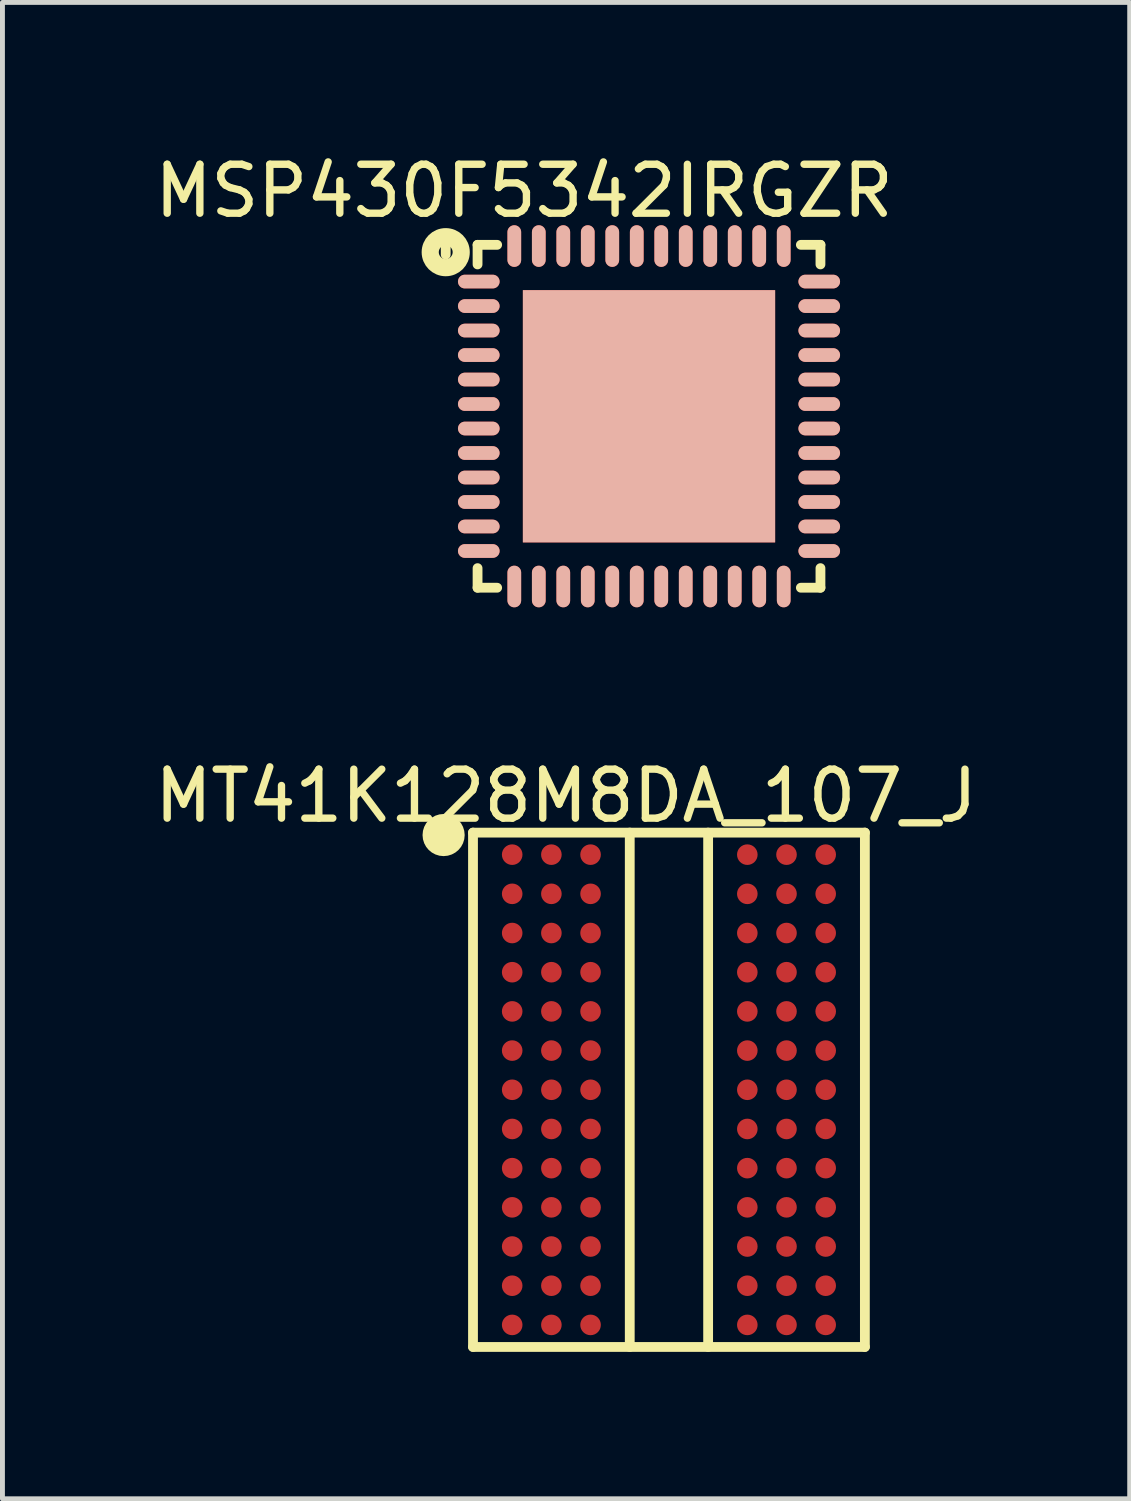
<source format=kicad_pcb>
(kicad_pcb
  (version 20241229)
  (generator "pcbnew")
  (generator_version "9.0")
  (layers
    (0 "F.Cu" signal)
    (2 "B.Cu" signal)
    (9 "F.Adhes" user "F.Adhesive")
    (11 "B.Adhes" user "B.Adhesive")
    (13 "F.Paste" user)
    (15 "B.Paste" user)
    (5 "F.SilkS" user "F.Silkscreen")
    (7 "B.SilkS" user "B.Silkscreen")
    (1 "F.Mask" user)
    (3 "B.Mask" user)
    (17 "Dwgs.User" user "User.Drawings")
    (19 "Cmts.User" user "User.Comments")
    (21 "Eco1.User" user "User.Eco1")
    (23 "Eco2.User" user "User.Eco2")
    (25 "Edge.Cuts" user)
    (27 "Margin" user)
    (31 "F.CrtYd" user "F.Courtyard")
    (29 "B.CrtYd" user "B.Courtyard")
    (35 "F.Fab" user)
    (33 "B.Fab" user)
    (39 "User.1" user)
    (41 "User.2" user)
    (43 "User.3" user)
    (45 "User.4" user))
  (footprint "MT41K128M8DA_107_J"
    (layer "F.Cu")
    (at 10.606 19.197)
    (property "Reference" "MT41K128M8DA_107_J" (at -2.1 -6 0) (layer "F.SilkS") (effects (font (size 1 1) (thickness 0.15))))
    (attr through_hole)
    (fp_line (start -4.6 -5.4) (end -4.6 -5.05) (stroke (width 0.2) (type solid)) (layer "F.SilkS"))
    (fp_line (start -4 -5.25) (end -4 5.25) (stroke (width 0.2) (type solid)) (layer "F.SilkS"))
    (fp_line (start -4 -5.25) (end 4 -5.25) (stroke (width 0.2) (type solid)) (layer "F.SilkS"))
    (fp_line (start -0.8 5.25) (end -0.8 -5.25) (stroke (width 0.2) (type solid)) (layer "F.SilkS"))
    (fp_line (start 0.8 5.25) (end 0.8 -5.25) (stroke (width 0.2) (type solid)) (layer "F.SilkS"))
    (fp_line (start 4 5.25) (end -4 5.25) (stroke (width 0.2) (type solid)) (layer "F.SilkS"))
    (fp_line (start 4 5.25) (end 4 -5.25) (stroke (width 0.2) (type solid)) (layer "F.SilkS"))
    (fp_circle (center -4.6 -5.2) (end -4.55 -4.95) (stroke (width 0.35) (type solid)) (fill no) (layer "F.SilkS"))
    (pad "A1" smd circle (at -3.2 -4.8 90) (size 0.42 0.42) (layers "F.Cu" "F.Mask" "F.Paste"))
    (pad "A2" smd circle (at -2.4 -4.8 90) (size 0.42 0.42) (layers "F.Cu" "F.Mask" "F.Paste"))
    (pad "A3" smd circle (at -1.6 -4.8 90) (size 0.42 0.42) (layers "F.Cu" "F.Mask" "F.Paste"))
    (pad "A7" smd circle (at 1.6 -4.8 90) (size 0.42 0.42) (layers "F.Cu" "F.Mask" "F.Paste"))
    (pad "A8" smd circle (at 2.4 -4.8 90) (size 0.42 0.42) (layers "F.Cu" "F.Mask" "F.Paste"))
    (pad "A9" smd circle (at 3.2 -4.8 90) (size 0.42 0.42) (layers "F.Cu" "F.Mask" "F.Paste"))
    (pad "A9" smd circle (at 3.2 -2.4 90) (size 0.42 0.42) (layers "F.Cu" "F.Mask" "F.Paste"))
    (pad "B1" smd circle (at -3.2 -4 90) (size 0.42 0.42) (layers "F.Cu" "F.Mask" "F.Paste"))
    (pad "B2" smd circle (at -2.4 -4 90) (size 0.42 0.42) (layers "F.Cu" "F.Mask" "F.Paste"))
    (pad "B3" smd circle (at -1.6 -4 90) (size 0.42 0.42) (layers "F.Cu" "F.Mask" "F.Paste"))
    (pad "B7" smd circle (at 1.6 -4 90) (size 0.42 0.42) (layers "F.Cu" "F.Mask" "F.Paste"))
    (pad "B8" smd circle (at 2.4 -4 90) (size 0.42 0.42) (layers "F.Cu" "F.Mask" "F.Paste"))
    (pad "B9" smd circle (at 3.2 -4 90) (size 0.42 0.42) (layers "F.Cu" "F.Mask" "F.Paste"))
    (pad "C1" smd circle (at -3.2 -3.2 90) (size 0.42 0.42) (layers "F.Cu" "F.Mask" "F.Paste"))
    (pad "C2" smd circle (at -2.4 -3.2 90) (size 0.42 0.42) (layers "F.Cu" "F.Mask" "F.Paste"))
    (pad "C3" smd circle (at -1.6 -3.2 90) (size 0.42 0.42) (layers "F.Cu" "F.Mask" "F.Paste"))
    (pad "C7" smd circle (at 1.6 -3.2 90) (size 0.42 0.42) (layers "F.Cu" "F.Mask" "F.Paste"))
    (pad "C8" smd circle (at 2.4 -3.2 90) (size 0.42 0.42) (layers "F.Cu" "F.Mask" "F.Paste"))
    (pad "C9" smd circle (at 3.2 -3.2 90) (size 0.42 0.42) (layers "F.Cu" "F.Mask" "F.Paste"))
    (pad "D1" smd circle (at -3.2 -2.4 90) (size 0.42 0.42) (layers "F.Cu" "F.Mask" "F.Paste"))
    (pad "D2" smd circle (at -2.4 -2.4 90) (size 0.42 0.42) (layers "F.Cu" "F.Mask" "F.Paste"))
    (pad "D3" smd circle (at -1.6 -2.4 90) (size 0.42 0.42) (layers "F.Cu" "F.Mask" "F.Paste"))
    (pad "D7" smd circle (at 1.6 -2.4 90) (size 0.42 0.42) (layers "F.Cu" "F.Mask" "F.Paste"))
    (pad "D8" smd circle (at 2.4 -2.4 90) (size 0.42 0.42) (layers "F.Cu" "F.Mask" "F.Paste"))
    (pad "E1" smd circle (at -3.2 -1.6 90) (size 0.42 0.42) (layers "F.Cu" "F.Mask" "F.Paste"))
    (pad "E2" smd circle (at -2.4 -1.6 90) (size 0.42 0.42) (layers "F.Cu" "F.Mask" "F.Paste"))
    (pad "E3" smd circle (at -1.6 -1.6 90) (size 0.42 0.42) (layers "F.Cu" "F.Mask" "F.Paste"))
    (pad "E7" smd circle (at 1.6 -1.6 90) (size 0.42 0.42) (layers "F.Cu" "F.Mask" "F.Paste"))
    (pad "E8" smd circle (at 2.4 -1.6 90) (size 0.42 0.42) (layers "F.Cu" "F.Mask" "F.Paste"))
    (pad "E9" smd circle (at 3.2 -1.6 90) (size 0.42 0.42) (layers "F.Cu" "F.Mask" "F.Paste"))
    (pad "F1" smd circle (at -3.2 -0.8 90) (size 0.42 0.42) (layers "F.Cu" "F.Mask" "F.Paste"))
    (pad "F2" smd circle (at -2.4 -0.8 90) (size 0.42 0.42) (layers "F.Cu" "F.Mask" "F.Paste"))
    (pad "F3" smd circle (at -1.6 -0.8 90) (size 0.42 0.42) (layers "F.Cu" "F.Mask" "F.Paste"))
    (pad "F7" smd circle (at 1.6 -0.8 90) (size 0.42 0.42) (layers "F.Cu" "F.Mask" "F.Paste"))
    (pad "F8" smd circle (at 2.4 -0.8 90) (size 0.42 0.42) (layers "F.Cu" "F.Mask" "F.Paste"))
    (pad "F9" smd circle (at 3.2 -0.8 90) (size 0.42 0.42) (layers "F.Cu" "F.Mask" "F.Paste"))
    (pad "G1" smd circle (at -3.2 0 90) (size 0.42 0.42) (layers "F.Cu" "F.Mask" "F.Paste"))
    (pad "G2" smd circle (at -2.4 0 90) (size 0.42 0.42) (layers "F.Cu" "F.Mask" "F.Paste"))
    (pad "G3" smd circle (at -1.6 0 90) (size 0.42 0.42) (layers "F.Cu" "F.Mask" "F.Paste"))
    (pad "G7" smd circle (at 1.6 0 90) (size 0.42 0.42) (layers "F.Cu" "F.Mask" "F.Paste"))
    (pad "G8" smd circle (at 2.4 0 90) (size 0.42 0.42) (layers "F.Cu" "F.Mask" "F.Paste"))
    (pad "G9" smd circle (at 3.2 0 90) (size 0.42 0.42) (layers "F.Cu" "F.Mask" "F.Paste"))
    (pad "H1" smd circle (at -3.2 0.8 90) (size 0.42 0.42) (layers "F.Cu" "F.Mask" "F.Paste"))
    (pad "H2" smd circle (at -2.4 0.8 90) (size 0.42 0.42) (layers "F.Cu" "F.Mask" "F.Paste"))
    (pad "H3" smd circle (at -1.6 0.8 90) (size 0.42 0.42) (layers "F.Cu" "F.Mask" "F.Paste"))
    (pad "H7" smd circle (at 1.6 0.8 90) (size 0.42 0.42) (layers "F.Cu" "F.Mask" "F.Paste"))
    (pad "H8" smd circle (at 2.4 0.8 90) (size 0.42 0.42) (layers "F.Cu" "F.Mask" "F.Paste"))
    (pad "H9" smd circle (at 3.2 0.8 90) (size 0.42 0.42) (layers "F.Cu" "F.Mask" "F.Paste"))
    (pad "J1" smd circle (at -3.2 1.6 90) (size 0.42 0.42) (layers "F.Cu" "F.Mask" "F.Paste"))
    (pad "J2" smd circle (at -2.4 1.6 90) (size 0.42 0.42) (layers "F.Cu" "F.Mask" "F.Paste"))
    (pad "J3" smd circle (at -1.6 1.6 90) (size 0.42 0.42) (layers "F.Cu" "F.Mask" "F.Paste"))
    (pad "J7" smd circle (at 1.6 1.6 90) (size 0.42 0.42) (layers "F.Cu" "F.Mask" "F.Paste"))
    (pad "J8" smd circle (at 2.4 1.6 90) (size 0.42 0.42) (layers "F.Cu" "F.Mask" "F.Paste"))
    (pad "J9" smd circle (at 3.2 1.6 90) (size 0.42 0.42) (layers "F.Cu" "F.Mask" "F.Paste"))
    (pad "K1" smd circle (at -3.2 2.4 90) (size 0.42 0.42) (layers "F.Cu" "F.Mask" "F.Paste"))
    (pad "K2" smd circle (at -2.4 2.4 90) (size 0.42 0.42) (layers "F.Cu" "F.Mask" "F.Paste"))
    (pad "K3" smd circle (at -1.6 2.4 90) (size 0.42 0.42) (layers "F.Cu" "F.Mask" "F.Paste"))
    (pad "K7" smd circle (at 1.6 2.4 90) (size 0.42 0.42) (layers "F.Cu" "F.Mask" "F.Paste"))
    (pad "K8" smd circle (at 2.4 2.4 90) (size 0.42 0.42) (layers "F.Cu" "F.Mask" "F.Paste"))
    (pad "K9" smd circle (at 3.2 2.4 90) (size 0.42 0.42) (layers "F.Cu" "F.Mask" "F.Paste"))
    (pad "L1" smd circle (at -3.2 3.2 90) (size 0.42 0.42) (layers "F.Cu" "F.Mask" "F.Paste"))
    (pad "L2" smd circle (at -2.4 3.2 90) (size 0.42 0.42) (layers "F.Cu" "F.Mask" "F.Paste"))
    (pad "L3" smd circle (at -1.6 3.2 90) (size 0.42 0.42) (layers "F.Cu" "F.Mask" "F.Paste"))
    (pad "L7" smd circle (at 1.6 3.2 90) (size 0.42 0.42) (layers "F.Cu" "F.Mask" "F.Paste"))
    (pad "L8" smd circle (at 2.4 3.2 90) (size 0.42 0.42) (layers "F.Cu" "F.Mask" "F.Paste"))
    (pad "L9" smd circle (at 3.2 3.2 90) (size 0.42 0.42) (layers "F.Cu" "F.Mask" "F.Paste"))
    (pad "M1" smd circle (at -3.2 4 90) (size 0.42 0.42) (layers "F.Cu" "F.Mask" "F.Paste"))
    (pad "M2" smd circle (at -2.4 4 90) (size 0.42 0.42) (layers "F.Cu" "F.Mask" "F.Paste"))
    (pad "M3" smd circle (at -1.6 4 90) (size 0.42 0.42) (layers "F.Cu" "F.Mask" "F.Paste"))
    (pad "M7" smd circle (at 1.6 4 90) (size 0.42 0.42) (layers "F.Cu" "F.Mask" "F.Paste"))
    (pad "M8" smd circle (at 2.4 4 90) (size 0.42 0.42) (layers "F.Cu" "F.Mask" "F.Paste"))
    (pad "M9" smd circle (at 3.2 4 90) (size 0.42 0.42) (layers "F.Cu" "F.Mask" "F.Paste"))
    (pad "N1" smd circle (at -3.2 4.8 90) (size 0.42 0.42) (layers "F.Cu" "F.Mask" "F.Paste"))
    (pad "N2" smd circle (at -2.4 4.8 90) (size 0.42 0.42) (layers "F.Cu" "F.Mask" "F.Paste"))
    (pad "N3" smd circle (at -1.6 4.8 90) (size 0.42 0.42) (layers "F.Cu" "F.Mask" "F.Paste"))
    (pad "N7" smd circle (at 1.6 4.8 90) (size 0.42 0.42) (layers "F.Cu" "F.Mask" "F.Paste"))
    (pad "N8" smd circle (at 2.4 4.8 90) (size 0.42 0.42) (layers "F.Cu" "F.Mask" "F.Paste"))
    (pad "N9" smd circle (at 3.2 4.8 90) (size 0.42 0.42) (layers "F.Cu" "F.Mask" "F.Paste")))
  (footprint "MSP430F5342IRGZR"
    (layer "F.Cu")
    (at 10.199 5.448)
    (property "Reference" "MSP430F5342IRGZR" (at -2.55 -4.6 0) (layer "F.SilkS") (effects (font (size 1 1) (thickness 0.15))))
    (attr through_hole)
    (fp_line (start -4.15 -3.5) (end -4.15 -3.3) (stroke (width 0.2) (type solid)) (layer "F.SilkS"))
    (fp_line (start -3.5 -3.5) (end -3.5 -3.1) (stroke (width 0.2) (type solid)) (layer "F.SilkS"))
    (fp_line (start -3.5 3.1) (end -3.5 3.5) (stroke (width 0.2) (type solid)) (layer "F.SilkS"))
    (fp_line (start -3.5 3.5) (end -3.1 3.5) (stroke (width 0.2) (type solid)) (layer "F.SilkS"))
    (fp_line (start -3.1 -3.5) (end -3.5 -3.5) (stroke (width 0.2) (type solid)) (layer "F.SilkS"))
    (fp_line (start 3.1 3.5) (end 3.5 3.5) (stroke (width 0.2) (type solid)) (layer "F.SilkS"))
    (fp_line (start 3.5 -3.5) (end 3.1 -3.5) (stroke (width 0.2) (type solid)) (layer "F.SilkS"))
    (fp_line (start 3.5 -3.1) (end 3.5 -3.5) (stroke (width 0.2) (type solid)) (layer "F.SilkS"))
    (fp_line (start 3.5 3.5) (end 3.5 3.1) (stroke (width 0.2) (type solid)) (layer "F.SilkS"))
    (fp_circle (center -4.15 -3.35) (end -4.05 -3.25) (stroke (width 0.35) (type solid)) (fill no) (layer "F.SilkS"))
    (pad "1" smd oval (at -3.475 -2.75 90) (size 0.28 0.85) (layers "F.Cu" "F.Mask" "B.SilkS" "F.Paste"))
    (pad "2" smd oval (at -3.475 -2.25 90) (size 0.28 0.85) (layers "F.Cu" "F.Mask" "B.SilkS" "F.Paste"))
    (pad "3" smd oval (at -3.475 -1.75 90) (size 0.28 0.85) (layers "F.Cu" "F.Mask" "B.SilkS" "F.Paste"))
    (pad "4" smd oval (at -3.475 -1.25 90) (size 0.28 0.85) (layers "F.Cu" "F.Mask" "B.SilkS" "F.Paste"))
    (pad "5" smd oval (at -3.475 -0.75 90) (size 0.28 0.85) (layers "F.Cu" "F.Mask" "B.SilkS" "F.Paste"))
    (pad "6" smd oval (at -3.475 -0.25 90) (size 0.28 0.85) (layers "F.Cu" "F.Mask" "B.SilkS" "F.Paste"))
    (pad "7" smd oval (at -3.475 0.25 90) (size 0.28 0.85) (layers "F.Cu" "F.Mask" "B.SilkS" "F.Paste"))
    (pad "8" smd oval (at -3.475 0.75 90) (size 0.28 0.85) (layers "F.Cu" "F.Mask" "B.SilkS" "F.Paste"))
    (pad "9" smd oval (at -3.475 1.25 90) (size 0.28 0.85) (layers "F.Cu" "F.Mask" "B.SilkS" "F.Paste"))
    (pad "10" smd oval (at -3.475 1.75 90) (size 0.28 0.85) (layers "F.Cu" "F.Mask" "B.SilkS" "F.Paste"))
    (pad "11" smd oval (at -3.475 2.25 90) (size 0.28 0.85) (layers "F.Cu" "F.Mask" "B.SilkS" "F.Paste"))
    (pad "12" smd oval (at -3.475 2.75 90) (size 0.28 0.85) (layers "F.Cu" "F.Mask" "B.SilkS" "F.Paste"))
    (pad "13" smd oval (at -2.75 3.475) (size 0.28 0.85) (layers "F.Cu" "F.Mask" "B.SilkS" "F.Paste"))
    (pad "14" smd oval (at -2.25 3.475) (size 0.28 0.85) (layers "F.Cu" "F.Mask" "B.SilkS" "F.Paste"))
    (pad "15" smd oval (at -1.75 3.475) (size 0.28 0.85) (layers "F.Cu" "F.Mask" "B.SilkS" "F.Paste"))
    (pad "16" smd oval (at -1.25 3.475) (size 0.28 0.85) (layers "F.Cu" "F.Mask" "B.SilkS" "F.Paste"))
    (pad "17" smd oval (at -0.75 3.475) (size 0.28 0.85) (layers "F.Cu" "F.Mask" "B.SilkS" "F.Paste"))
    (pad "18" smd oval (at -0.25 3.475) (size 0.28 0.85) (layers "F.Cu" "F.Mask" "B.SilkS" "F.Paste"))
    (pad "19" smd oval (at 0.25 3.475) (size 0.28 0.85) (layers "F.Cu" "F.Mask" "B.SilkS" "F.Paste"))
    (pad "20" smd oval (at 0.75 3.475) (size 0.28 0.85) (layers "F.Cu" "F.Mask" "B.SilkS" "F.Paste"))
    (pad "21" smd oval (at 1.25 3.475) (size 0.28 0.85) (layers "F.Cu" "F.Mask" "B.SilkS" "F.Paste"))
    (pad "22" smd oval (at 1.75 3.475) (size 0.28 0.85) (layers "F.Cu" "F.Mask" "B.SilkS" "F.Paste"))
    (pad "23" smd oval (at 2.25 3.475) (size 0.28 0.85) (layers "F.Cu" "F.Mask" "B.SilkS" "F.Paste"))
    (pad "24" smd oval (at 2.75 3.475) (size 0.28 0.85) (layers "F.Cu" "F.Mask" "B.SilkS" "F.Paste"))
    (pad "25" smd oval (at 3.475 2.75 90) (size 0.28 0.85) (layers "F.Cu" "F.Mask" "B.SilkS" "F.Paste"))
    (pad "26" smd oval (at 3.475 2.25 90) (size 0.28 0.85) (layers "F.Cu" "F.Mask" "B.SilkS" "F.Paste"))
    (pad "27" smd oval (at 3.475 1.75 90) (size 0.28 0.85) (layers "F.Cu" "F.Mask" "B.SilkS" "F.Paste"))
    (pad "28" smd oval (at 3.475 1.25 90) (size 0.28 0.85) (layers "F.Cu" "F.Mask" "B.SilkS" "F.Paste"))
    (pad "29" smd oval (at 3.475 0.75 90) (size 0.28 0.85) (layers "F.Cu" "F.Mask" "B.SilkS" "F.Paste"))
    (pad "30" smd oval (at 3.475 0.25 90) (size 0.28 0.85) (layers "F.Cu" "F.Mask" "B.SilkS" "F.Paste"))
    (pad "31" smd oval (at 3.475 -0.25 90) (size 0.28 0.85) (layers "F.Cu" "F.Mask" "B.SilkS" "F.Paste"))
    (pad "32" smd oval (at 3.475 -0.75 90) (size 0.28 0.85) (layers "F.Cu" "F.Mask" "B.SilkS" "F.Paste"))
    (pad "33" smd oval (at 3.475 -1.25 90) (size 0.28 0.85) (layers "F.Cu" "F.Mask" "B.SilkS" "F.Paste"))
    (pad "34" smd oval (at 3.475 -1.75 90) (size 0.28 0.85) (layers "F.Cu" "F.Mask" "B.SilkS" "F.Paste"))
    (pad "35" smd oval (at 3.475 -2.25 90) (size 0.28 0.85) (layers "F.Cu" "F.Mask" "B.SilkS" "F.Paste"))
    (pad "36" smd oval (at 3.475 -2.75 90) (size 0.28 0.85) (layers "F.Cu" "F.Mask" "B.SilkS" "F.Paste"))
    (pad "37" smd oval (at 2.75 -3.475) (size 0.28 0.85) (layers "F.Cu" "F.Mask" "B.SilkS" "F.Paste"))
    (pad "38" smd oval (at 2.25 -3.475) (size 0.28 0.85) (layers "F.Cu" "F.Mask" "B.SilkS" "F.Paste"))
    (pad "39" smd oval (at 1.75 -3.475) (size 0.28 0.85) (layers "F.Cu" "F.Mask" "B.SilkS" "F.Paste"))
    (pad "40" smd oval (at 1.25 -3.475) (size 0.28 0.85) (layers "F.Cu" "F.Mask" "B.SilkS" "F.Paste"))
    (pad "41" smd oval (at 0.75 -3.475) (size 0.28 0.85) (layers "F.Cu" "F.Mask" "B.SilkS" "F.Paste"))
    (pad "42" smd oval (at 0.25 -3.475) (size 0.28 0.85) (layers "F.Cu" "F.Mask" "B.SilkS" "F.Paste"))
    (pad "43" smd oval (at -0.25 -3.475) (size 0.28 0.85) (layers "F.Cu" "F.Mask" "B.SilkS" "F.Paste"))
    (pad "44" smd oval (at -0.75 -3.475) (size 0.28 0.85) (layers "F.Cu" "F.Mask" "B.SilkS" "F.Paste"))
    (pad "45" smd oval (at -1.25 -3.475) (size 0.28 0.85) (layers "F.Cu" "F.Mask" "B.SilkS" "F.Paste"))
    (pad "46" smd oval (at -1.75 -3.475) (size 0.28 0.85) (layers "F.Cu" "F.Mask" "B.SilkS" "F.Paste"))
    (pad "47" smd oval (at -2.25 -3.475) (size 0.28 0.85) (layers "F.Cu" "F.Mask" "B.SilkS" "F.Paste"))
    (pad "48" smd oval (at -2.75 -3.475) (size 0.28 0.85) (layers "F.Cu" "F.Mask" "B.SilkS" "F.Paste"))
    (pad "49" smd rect (at 0 0) (size 5.15 5.15) (layers "F.Cu" "F.Mask" "B.SilkS" "F.Paste")))
  (gr_rect
    (start -3 -3)
    (end 20.012 27.547)
    (stroke (width 0.1) (type default))
    (fill no)
    (layer "Edge.Cuts")))
</source>
